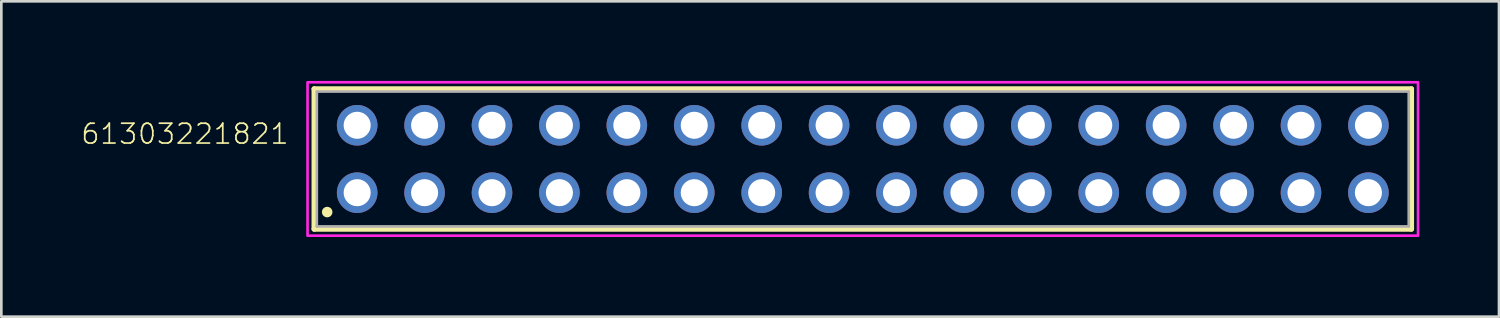
<source format=kicad_pcb>
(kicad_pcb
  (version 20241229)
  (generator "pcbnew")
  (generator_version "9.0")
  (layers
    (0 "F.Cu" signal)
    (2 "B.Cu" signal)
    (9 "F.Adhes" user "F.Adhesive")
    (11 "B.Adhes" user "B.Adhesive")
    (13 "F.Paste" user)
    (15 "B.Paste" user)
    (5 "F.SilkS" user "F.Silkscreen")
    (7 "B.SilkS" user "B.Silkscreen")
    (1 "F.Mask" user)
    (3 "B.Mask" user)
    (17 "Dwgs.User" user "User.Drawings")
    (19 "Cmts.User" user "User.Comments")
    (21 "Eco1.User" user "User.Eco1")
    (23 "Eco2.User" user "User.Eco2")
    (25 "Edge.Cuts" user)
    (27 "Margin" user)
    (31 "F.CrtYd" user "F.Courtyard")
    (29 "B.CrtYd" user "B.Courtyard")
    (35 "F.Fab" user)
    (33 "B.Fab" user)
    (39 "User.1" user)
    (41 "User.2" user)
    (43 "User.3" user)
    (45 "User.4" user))
  (footprint "61303221821"
    (layer "F.Cu")
    (at 29.457 2.94)
    (property "Reference" "61303221821" (at -21.578 -0.506 0) (unlocked yes) (layer "F.SilkS") (effects (font (size 0.748 0.748) (thickness 0.065)) (justify right bottom)))
    (fp_line (start -20.67 -2.64) (end 20.67 -2.64) (stroke (width 0.2) (type solid)) (layer "F.SilkS"))
    (fp_line (start -20.67 2.64) (end -20.67 -2.64) (stroke (width 0.2) (type solid)) (layer "F.SilkS"))
    (fp_line (start 20.67 -2.64) (end 20.67 2.64) (stroke (width 0.2) (type solid)) (layer "F.SilkS"))
    (fp_line (start 20.67 2.64) (end -20.67 2.64) (stroke (width 0.2) (type solid)) (layer "F.SilkS"))
    (fp_circle (center -20.18 2) (end -20.08 2) (stroke (width 0.2) (type solid)) (fill no) (layer "F.SilkS"))
    (fp_poly (pts (xy 20.92 2.89) (xy -20.92 2.89) (xy -20.92 -2.89) (xy 20.92 -2.89)) (stroke (width 0.1) (type default)) (fill no) (layer "F.CrtYd"))
    (fp_line (start -20.57 -2.54) (end -20.57 2.54) (stroke (width 0.1) (type solid)) (layer "F.Fab"))
    (fp_line (start -20.57 2.54) (end 20.57 2.54) (stroke (width 0.1) (type solid)) (layer "F.Fab"))
    (fp_line (start 20.57 -2.54) (end -20.57 -2.54) (stroke (width 0.1) (type solid)) (layer "F.Fab"))
    (fp_line (start 20.57 2.54) (end 20.57 -2.54) (stroke (width 0.1) (type solid)) (layer "F.Fab"))
    (pad "1" thru_hole circle (at -19.05 1.27) (size 1.53 1.53) (drill 1.02) (layers "*.Cu" "*.Mask"))
    (pad "2" thru_hole circle (at -19.05 -1.27) (size 1.53 1.53) (drill 1.02) (layers "*.Cu" "*.Mask"))
    (pad "3" thru_hole circle (at -16.51 1.27) (size 1.53 1.53) (drill 1.02) (layers "*.Cu" "*.Mask"))
    (pad "4" thru_hole circle (at -16.51 -1.27) (size 1.53 1.53) (drill 1.02) (layers "*.Cu" "*.Mask"))
    (pad "5" thru_hole circle (at -13.97 1.27) (size 1.53 1.53) (drill 1.02) (layers "*.Cu" "*.Mask"))
    (pad "6" thru_hole circle (at -13.97 -1.27) (size 1.53 1.53) (drill 1.02) (layers "*.Cu" "*.Mask"))
    (pad "7" thru_hole circle (at -11.43 1.27) (size 1.53 1.53) (drill 1.02) (layers "*.Cu" "*.Mask"))
    (pad "8" thru_hole circle (at -11.43 -1.27) (size 1.53 1.53) (drill 1.02) (layers "*.Cu" "*.Mask"))
    (pad "9" thru_hole circle (at -8.89 1.27) (size 1.53 1.53) (drill 1.02) (layers "*.Cu" "*.Mask"))
    (pad "10" thru_hole circle (at -8.89 -1.27) (size 1.53 1.53) (drill 1.02) (layers "*.Cu" "*.Mask"))
    (pad "11" thru_hole circle (at -6.35 1.27) (size 1.53 1.53) (drill 1.02) (layers "*.Cu" "*.Mask"))
    (pad "12" thru_hole circle (at -6.35 -1.27) (size 1.53 1.53) (drill 1.02) (layers "*.Cu" "*.Mask"))
    (pad "13" thru_hole circle (at -3.81 1.27) (size 1.53 1.53) (drill 1.02) (layers "*.Cu" "*.Mask"))
    (pad "14" thru_hole circle (at -3.81 -1.27) (size 1.53 1.53) (drill 1.02) (layers "*.Cu" "*.Mask"))
    (pad "15" thru_hole circle (at -1.27 1.27) (size 1.53 1.53) (drill 1.02) (layers "*.Cu" "*.Mask"))
    (pad "16" thru_hole circle (at -1.27 -1.27) (size 1.53 1.53) (drill 1.02) (layers "*.Cu" "*.Mask"))
    (pad "17" thru_hole circle (at 1.27 1.27) (size 1.53 1.53) (drill 1.02) (layers "*.Cu" "*.Mask"))
    (pad "18" thru_hole circle (at 1.27 -1.27) (size 1.53 1.53) (drill 1.02) (layers "*.Cu" "*.Mask"))
    (pad "19" thru_hole circle (at 3.81 1.27) (size 1.53 1.53) (drill 1.02) (layers "*.Cu" "*.Mask"))
    (pad "20" thru_hole circle (at 3.81 -1.27) (size 1.53 1.53) (drill 1.02) (layers "*.Cu" "*.Mask"))
    (pad "21" thru_hole circle (at 6.35 1.27) (size 1.53 1.53) (drill 1.02) (layers "*.Cu" "*.Mask"))
    (pad "22" thru_hole circle (at 6.35 -1.27) (size 1.53 1.53) (drill 1.02) (layers "*.Cu" "*.Mask"))
    (pad "23" thru_hole circle (at 8.89 1.27) (size 1.53 1.53) (drill 1.02) (layers "*.Cu" "*.Mask"))
    (pad "24" thru_hole circle (at 8.89 -1.27) (size 1.53 1.53) (drill 1.02) (layers "*.Cu" "*.Mask"))
    (pad "25" thru_hole circle (at 11.43 1.27) (size 1.53 1.53) (drill 1.02) (layers "*.Cu" "*.Mask"))
    (pad "26" thru_hole circle (at 11.43 -1.27) (size 1.53 1.53) (drill 1.02) (layers "*.Cu" "*.Mask"))
    (pad "27" thru_hole circle (at 13.97 1.27) (size 1.53 1.53) (drill 1.02) (layers "*.Cu" "*.Mask"))
    (pad "28" thru_hole circle (at 13.97 -1.27) (size 1.53 1.53) (drill 1.02) (layers "*.Cu" "*.Mask"))
    (pad "29" thru_hole circle (at 16.51 1.27) (size 1.53 1.53) (drill 1.02) (layers "*.Cu" "*.Mask"))
    (pad "30" thru_hole circle (at 16.51 -1.27) (size 1.53 1.53) (drill 1.02) (layers "*.Cu" "*.Mask"))
    (pad "31" thru_hole circle (at 19.05 1.27) (size 1.53 1.53) (drill 1.02) (layers "*.Cu" "*.Mask"))
    (pad "32" thru_hole circle (at 19.05 -1.27) (size 1.53 1.53) (drill 1.02) (layers "*.Cu" "*.Mask")))
  (gr_rect
    (start -3 -3)
    (end 53.427 8.88)
    (stroke (width 0.1) (type default))
    (fill no)
    (layer "Edge.Cuts")))
</source>
